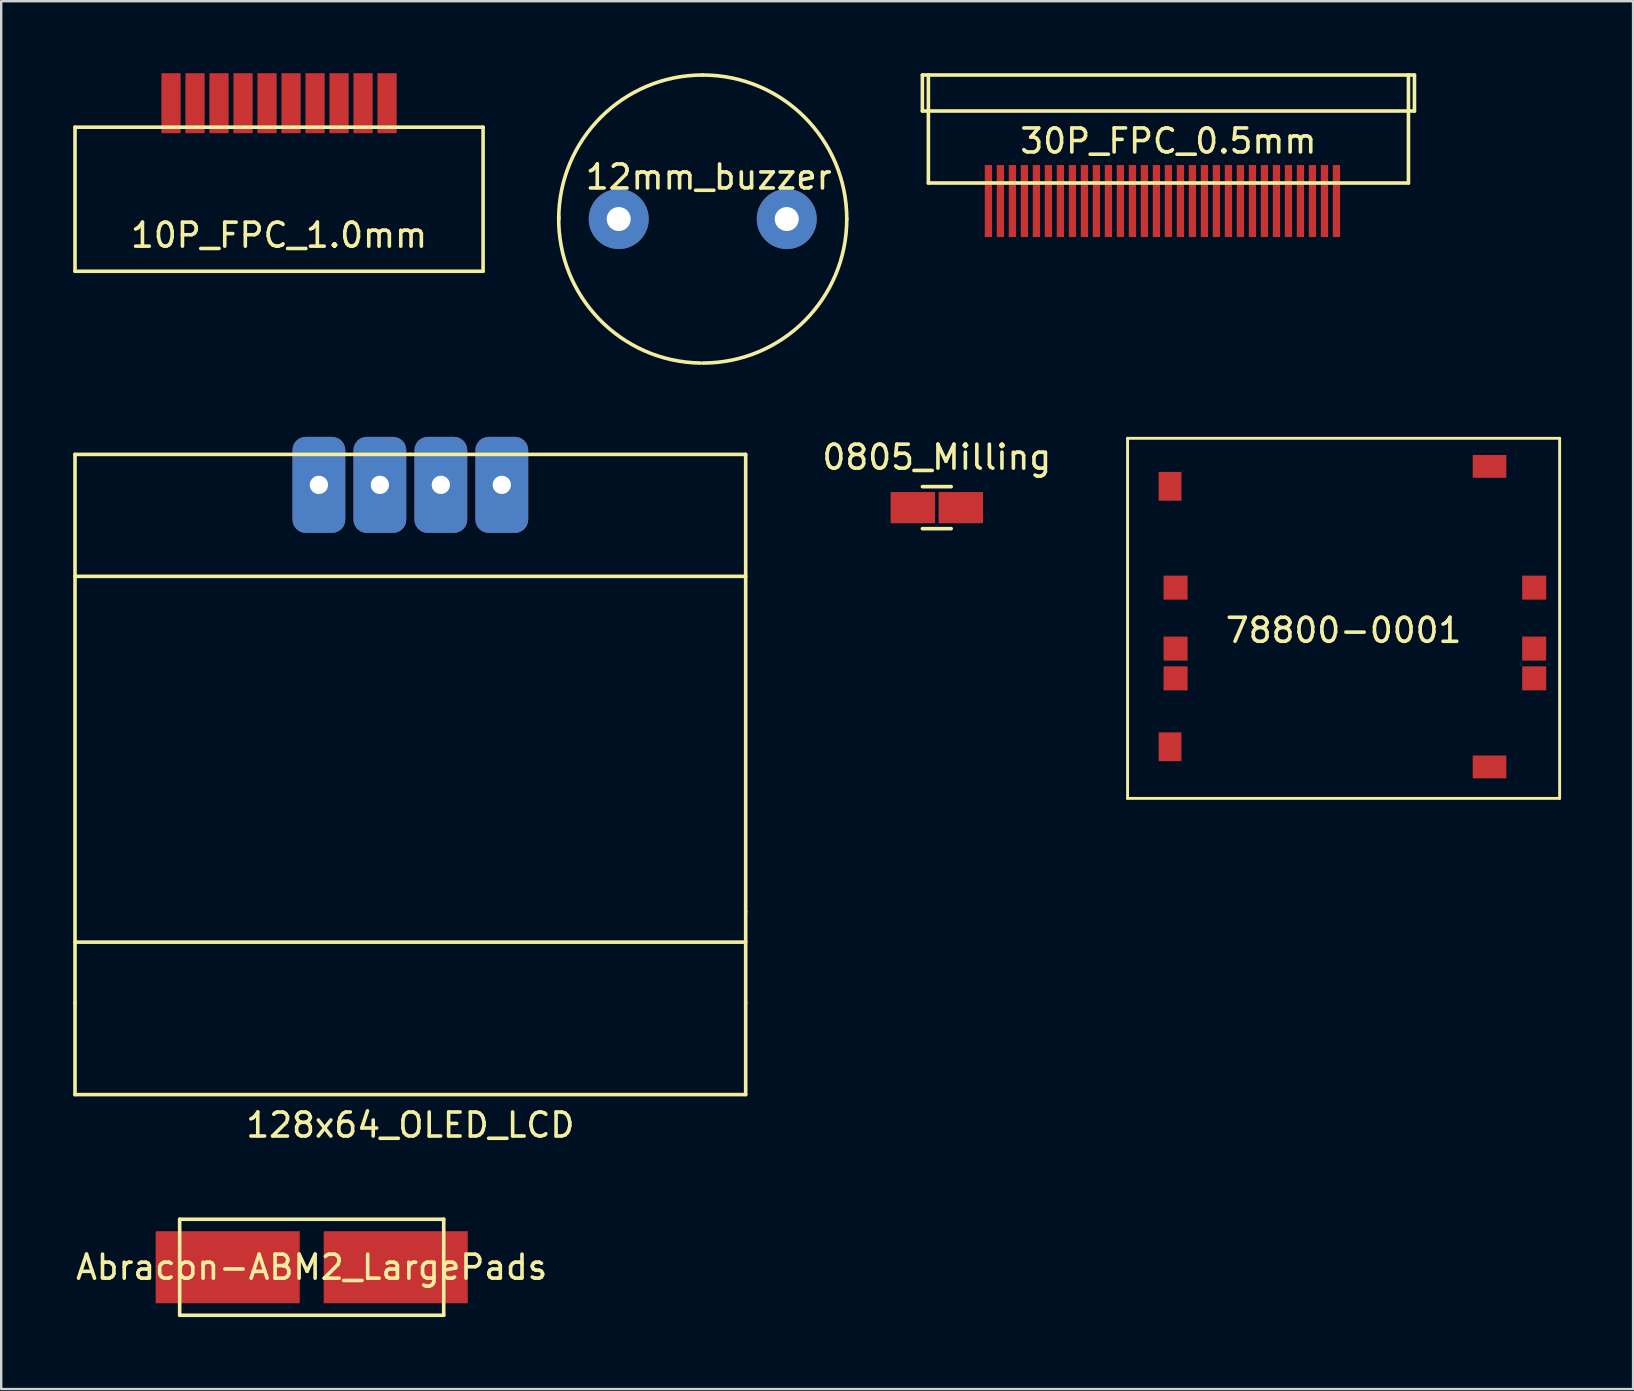
<source format=kicad_pcb>
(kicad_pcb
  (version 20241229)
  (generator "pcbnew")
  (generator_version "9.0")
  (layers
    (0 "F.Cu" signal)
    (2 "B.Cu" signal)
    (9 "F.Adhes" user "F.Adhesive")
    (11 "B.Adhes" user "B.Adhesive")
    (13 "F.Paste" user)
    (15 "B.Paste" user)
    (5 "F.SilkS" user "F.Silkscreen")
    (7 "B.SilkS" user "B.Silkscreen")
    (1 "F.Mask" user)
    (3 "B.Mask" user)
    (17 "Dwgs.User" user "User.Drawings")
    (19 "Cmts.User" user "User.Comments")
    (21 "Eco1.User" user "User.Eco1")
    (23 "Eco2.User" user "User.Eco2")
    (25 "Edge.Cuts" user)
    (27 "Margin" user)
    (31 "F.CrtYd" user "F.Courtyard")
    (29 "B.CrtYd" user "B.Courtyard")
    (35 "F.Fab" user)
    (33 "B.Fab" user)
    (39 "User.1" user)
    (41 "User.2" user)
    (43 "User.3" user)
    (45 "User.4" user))
  (footprint "Abracon-ABM2_LargePads"
    (layer "F.Cu")
    (at 9.935 49.743)
    (property "Reference" "Abracon-ABM2_LargePads" (at 0 0 0) (layer "F.SilkS") (effects (font (size 1 1) (thickness 0.15))))
    (attr through_hole)
    (fp_line (start -5.5 -2) (end 5.5 -2) (stroke (width 0.15) (type solid)) (layer "F.SilkS"))
    (fp_line (start -5.5 2) (end -5.5 -2) (stroke (width 0.15) (type solid)) (layer "F.SilkS"))
    (fp_line (start 5.5 -2) (end 5.5 2) (stroke (width 0.15) (type solid)) (layer "F.SilkS"))
    (fp_line (start 5.5 2) (end -5.5 2) (stroke (width 0.15) (type solid)) (layer "F.SilkS"))
    (pad "1" smd rect (at -3.5 0) (size 6 3) (layers "F.Cu" "F.Mask" "F.Paste"))
    (pad "2" smd rect (at 3.5 0) (size 6 3) (layers "F.Cu" "F.Mask" "F.Paste")))
  (footprint "12mm_buzzer"
    (layer "F.Cu")
    (at 26.226 6.075)
    (property "Reference" "12mm_buzzer" (at 0.249 -1.75 0) (layer "F.SilkS") (effects (font (size 1 1) (thickness 0.15))))
    (attr through_hole)
    (fp_arc (start -6 0) (mid -4.242641 -4.242641) (end 0 -6) (stroke (width 0.15) (type solid)) (layer "F.SilkS"))
    (fp_arc (start -0.1 6) (mid -4.313351 4.17193) (end -6 -0.1) (stroke (width 0.15) (type solid)) (layer "F.SilkS"))
    (fp_arc (start 0 -6) (mid 4.242641 -4.242641) (end 6 0) (stroke (width 0.15) (type solid)) (layer "F.SilkS"))
    (fp_arc (start 6 0) (mid 4.242641 4.242641) (end 0 6) (stroke (width 0.15) (type solid)) (layer "F.SilkS"))
    (pad "1" thru_hole circle (at -3.5 0) (size 2.499 2.499) (drill 1.001) (layers "*.Cu" "*.Mask"))
    (pad "2" thru_hole circle (at 3.5 0) (size 2.499 2.499) (drill 1.001) (layers "*.Cu" "*.Mask")))
  (footprint "0805_Milling"
    (layer "F.Cu")
    (at 35.977 18.098)
    (property "Reference" "0805_Milling" (at 0 -2.1 0) (layer "F.SilkS") (effects (font (size 1 1) (thickness 0.15))))
    (attr smd)
    (fp_line (start -0.6 -0.875) (end 0.6 -0.875) (stroke (width 0.15) (type solid)) (layer "F.SilkS"))
    (fp_line (start 0.6 0.875) (end -0.6 0.875) (stroke (width 0.15) (type solid)) (layer "F.SilkS"))
    (pad "1" smd rect (at -1 0) (size 1.85 1.3) (layers "F.Cu" "F.Mask" "F.Paste"))
    (pad "2" smd rect (at 1 0) (size 1.85 1.3) (layers "F.Cu" "F.Mask" "F.Paste")))
  (footprint "128x64_OLED_LCD"
    (layer "F.Cu")
    (at 14.045 24.77)
    (property "Reference" "128x64_OLED_LCD" (at 0 19.05 0) (layer "F.SilkS") (effects (font (size 1 1) (thickness 0.15))))
    (attr through_hole)
    (fp_line (start -13.97 -8.89) (end 0 -8.89) (stroke (width 0.15) (type solid)) (layer "F.SilkS"))
    (fp_line (start -13.97 -3.81) (end 13.97 -3.81) (stroke (width 0.15) (type solid)) (layer "F.SilkS"))
    (fp_line (start -13.97 11.43) (end 13.97 11.43) (stroke (width 0.15) (type solid)) (layer "F.SilkS"))
    (fp_line (start -13.97 13.97) (end -13.97 -8.89) (stroke (width 0.15) (type solid)) (layer "F.SilkS"))
    (fp_line (start -13.97 17.78) (end -13.97 13.97) (stroke (width 0.15) (type solid)) (layer "F.SilkS"))
    (fp_line (start 0 -8.89) (end 13.97 -8.89) (stroke (width 0.15) (type solid)) (layer "F.SilkS"))
    (fp_line (start 13.97 -8.89) (end 13.97 10.16) (stroke (width 0.15) (type solid)) (layer "F.SilkS"))
    (fp_line (start 13.97 10.16) (end 13.97 13.97) (stroke (width 0.15) (type solid)) (layer "F.SilkS"))
    (fp_line (start 13.97 13.97) (end 13.97 17.78) (stroke (width 0.15) (type solid)) (layer "F.SilkS"))
    (fp_line (start 13.97 17.78) (end -13.97 17.78) (stroke (width 0.15) (type solid)) (layer "F.SilkS"))
    (pad "1" thru_hole roundrect (at -3.81 -7.62) (size 2.2 4) (drill 0.762) (layers "*.Cu" "*.Mask") (roundrect_rratio 0.25))
    (pad "2" thru_hole roundrect (at -1.27 -7.62) (size 2.2 4) (drill 0.762) (layers "*.Cu" "*.Mask") (roundrect_rratio 0.25))
    (pad "3" thru_hole roundrect (at 1.27 -7.62) (size 2.2 4) (drill 0.762) (layers "*.Cu" "*.Mask") (roundrect_rratio 0.25))
    (pad "4" thru_hole roundrect (at 3.81 -7.62) (size 2.2 4) (drill 0.762) (layers "*.Cu" "*.Mask") (roundrect_rratio 0.25)))
  (footprint "78800-0001"
    (layer "F.Cu")
    (at 52.924 22.21)
    (property "Reference" "78800-0001" (at 0 1 0) (layer "F.SilkS") (effects (font (size 1 1) (thickness 0.15))))
    (attr through_hole)
    (fp_line (start -9 -7) (end -9 8) (stroke (width 0.12) (type solid)) (layer "F.SilkS"))
    (fp_line (start -9 8) (end 9 8) (stroke (width 0.12) (type solid)) (layer "F.SilkS"))
    (fp_line (start 9 -7) (end -9 -7) (stroke (width 0.12) (type solid)) (layer "F.SilkS"))
    (fp_line (start 9 8) (end 9 -7) (stroke (width 0.12) (type solid)) (layer "F.SilkS"))
    (pad "" smd rect (at -7.23 -5) (size 0.95 1.2) (layers "F.Cu" "F.Mask" "F.Paste"))
    (pad "" smd rect (at -7.23 5.85) (size 0.95 1.2) (layers "F.Cu" "F.Mask" "F.Paste"))
    (pad "" smd rect (at 6.08 -5.83) (size 1.4 0.95) (layers "F.Cu" "F.Mask" "F.Paste"))
    (pad "" smd rect (at 6.08 6.69) (size 1.4 0.95) (layers "F.Cu" "F.Mask" "F.Paste"))
    (pad "1" smd rect (at -7 3) (size 1 1) (layers "F.Cu" "F.Mask" "F.Paste"))
    (pad "2" smd rect (at -7 1.76) (size 1 1) (layers "F.Cu" "F.Mask" "F.Paste"))
    (pad "3" smd rect (at -7 -0.78) (size 1 1) (layers "F.Cu" "F.Mask" "F.Paste"))
    (pad "5" smd rect (at 7.94 3) (size 1 1) (layers "F.Cu" "F.Mask" "F.Paste"))
    (pad "6" smd rect (at 7.94 1.76) (size 1 1) (layers "F.Cu" "F.Mask" "F.Paste"))
    (pad "7" smd rect (at 7.94 -0.78) (size 1 1) (layers "F.Cu" "F.Mask" "F.Paste")))
  (footprint "30P_FPC_0.5mm"
    (layer "F.Cu")
    (at 45.626 5.325)
    (property "Reference" "30P_FPC_0.5mm" (at 0 -2.5 0) (layer "F.SilkS") (effects (font (size 1 1) (thickness 0.15))))
    (attr through_hole)
    (fp_line (start -10.25 -5.25) (end -10.25 -3.75) (stroke (width 0.15) (type solid)) (layer "F.SilkS"))
    (fp_line (start -10.25 -3.75) (end -10 -3.75) (stroke (width 0.15) (type solid)) (layer "F.SilkS"))
    (fp_line (start -10 -5.25) (end -10.25 -5.25) (stroke (width 0.15) (type solid)) (layer "F.SilkS"))
    (fp_line (start -10 -5.25) (end -10 -0.75) (stroke (width 0.15) (type solid)) (layer "F.SilkS"))
    (fp_line (start -10 -3.75) (end 10 -3.75) (stroke (width 0.15) (type solid)) (layer "F.SilkS"))
    (fp_line (start -10 -0.75) (end 10 -0.75) (stroke (width 0.15) (type solid)) (layer "F.SilkS"))
    (fp_line (start 10 -5.25) (end -10 -5.25) (stroke (width 0.15) (type solid)) (layer "F.SilkS"))
    (fp_line (start 10 -5.25) (end 10.25 -5.25) (stroke (width 0.15) (type solid)) (layer "F.SilkS"))
    (fp_line (start 10 -0.75) (end 10 -5.25) (stroke (width 0.15) (type solid)) (layer "F.SilkS"))
    (fp_line (start 10.25 -5.25) (end 10.25 -3.75) (stroke (width 0.15) (type solid)) (layer "F.SilkS"))
    (fp_line (start 10.25 -3.75) (end 10 -3.75) (stroke (width 0.15) (type solid)) (layer "F.SilkS"))
    (pad "1" smd rect (at -7.5 0) (size 0.3 3) (layers "F.Cu" "F.Mask" "F.Paste"))
    (pad "2" smd rect (at -7 0) (size 0.3 3) (layers "F.Cu" "F.Mask" "F.Paste"))
    (pad "3" smd rect (at -6.5 0) (size 0.3 3) (layers "F.Cu" "F.Mask" "F.Paste"))
    (pad "4" smd rect (at -6 0) (size 0.3 3) (layers "F.Cu" "F.Mask" "F.Paste"))
    (pad "5" smd rect (at -5.5 0) (size 0.3 3) (layers "F.Cu" "F.Mask" "F.Paste"))
    (pad "6" smd rect (at -5 0) (size 0.3 3) (layers "F.Cu" "F.Mask" "F.Paste"))
    (pad "7" smd rect (at -4.5 0) (size 0.3 3) (layers "F.Cu" "F.Mask" "F.Paste"))
    (pad "8" smd rect (at -4 0) (size 0.3 3) (layers "F.Cu" "F.Mask" "F.Paste"))
    (pad "9" smd rect (at -3.5 0) (size 0.3 3) (layers "F.Cu" "F.Mask" "F.Paste"))
    (pad "10" smd rect (at -3 0) (size 0.3 3) (layers "F.Cu" "F.Mask" "F.Paste"))
    (pad "11" smd rect (at -2.5 0) (size 0.3 3) (layers "F.Cu" "F.Mask" "F.Paste"))
    (pad "12" smd rect (at -2 0) (size 0.3 3) (layers "F.Cu" "F.Mask" "F.Paste"))
    (pad "13" smd rect (at -1.5 0) (size 0.3 3) (layers "F.Cu" "F.Mask" "F.Paste"))
    (pad "14" smd rect (at -1 0) (size 0.3 3) (layers "F.Cu" "F.Mask" "F.Paste"))
    (pad "15" smd rect (at -0.5 0) (size 0.3 3) (layers "F.Cu" "F.Mask" "F.Paste"))
    (pad "16" smd rect (at 0 0) (size 0.3 3) (layers "F.Cu" "F.Mask" "F.Paste"))
    (pad "17" smd rect (at 0.5 0) (size 0.3 3) (layers "F.Cu" "F.Mask" "F.Paste"))
    (pad "18" smd rect (at 1 0) (size 0.3 3) (layers "F.Cu" "F.Mask" "F.Paste"))
    (pad "19" smd rect (at 1.5 0) (size 0.3 3) (layers "F.Cu" "F.Mask" "F.Paste"))
    (pad "20" smd rect (at 2 0) (size 0.3 3) (layers "F.Cu" "F.Mask" "F.Paste"))
    (pad "21" smd rect (at 2.5 0) (size 0.3 3) (layers "F.Cu" "F.Mask" "F.Paste"))
    (pad "22" smd rect (at 3 0) (size 0.3 3) (layers "F.Cu" "F.Mask" "F.Paste"))
    (pad "23" smd rect (at 3.5 0) (size 0.3 3) (layers "F.Cu" "F.Mask" "F.Paste"))
    (pad "24" smd rect (at 4 0) (size 0.3 3) (layers "F.Cu" "F.Mask" "F.Paste"))
    (pad "25" smd rect (at 4.5 0) (size 0.3 3) (layers "F.Cu" "F.Mask" "F.Paste"))
    (pad "26" smd rect (at 5 0) (size 0.3 3) (layers "F.Cu" "F.Mask" "F.Paste"))
    (pad "27" smd rect (at 5.5 0) (size 0.3 3) (layers "F.Cu" "F.Mask" "F.Paste"))
    (pad "28" smd rect (at 6 0) (size 0.3 3) (layers "F.Cu" "F.Mask" "F.Paste"))
    (pad "29" smd rect (at 6.5 0) (size 0.3 3) (layers "F.Cu" "F.Mask" "F.Paste"))
    (pad "30" smd rect (at 7 0) (size 0.3 3) (layers "F.Cu" "F.Mask" "F.Paste")))
  (footprint "10P_FPC_1.0mm"
    (layer "F.Cu")
    (at 8.575 1.25)
    (property "Reference" "10P_FPC_1.0mm" (at 0 5.5 0) (layer "F.SilkS") (effects (font (size 1 1) (thickness 0.15))))
    (attr through_hole)
    (fp_line (start -8.5 1) (end 8.5 1) (stroke (width 0.15) (type solid)) (layer "F.SilkS"))
    (fp_line (start -8.5 7) (end -8.5 1) (stroke (width 0.15) (type solid)) (layer "F.SilkS"))
    (fp_line (start 8.5 1) (end 8.5 7) (stroke (width 0.15) (type solid)) (layer "F.SilkS"))
    (fp_line (start 8.5 7) (end -8.5 7) (stroke (width 0.15) (type solid)) (layer "F.SilkS"))
    (pad "1" smd rect (at 4.5 0) (size 0.8 2.5) (layers "F.Cu" "F.Mask" "F.Paste"))
    (pad "2" smd rect (at 3.5 0) (size 0.8 2.5) (layers "F.Cu" "F.Mask" "F.Paste"))
    (pad "3" smd rect (at 2.5 0) (size 0.8 2.5) (layers "F.Cu" "F.Mask" "F.Paste"))
    (pad "4" smd rect (at 1.5 0) (size 0.8 2.5) (layers "F.Cu" "F.Mask" "F.Paste"))
    (pad "5" smd rect (at 0.5 0) (size 0.8 2.5) (layers "F.Cu" "F.Mask" "F.Paste"))
    (pad "6" smd rect (at -0.5 0) (size 0.8 2.5) (layers "F.Cu" "F.Mask" "F.Paste"))
    (pad "7" smd rect (at -1.5 0) (size 0.8 2.5) (layers "F.Cu" "F.Mask" "F.Paste"))
    (pad "8" smd rect (at -2.5 0) (size 0.8 2.5) (layers "F.Cu" "F.Mask" "F.Paste"))
    (pad "9" smd rect (at -3.5 0) (size 0.8 2.5) (layers "F.Cu" "F.Mask" "F.Paste"))
    (pad "10" smd rect (at -4.5 0) (size 0.8 2.5) (layers "F.Cu" "F.Mask" "F.Paste")))
  (gr_rect
    (start -3 -3)
    (end 64.984 54.818)
    (stroke (width 0.1) (type default))
    (fill no)
    (layer "Edge.Cuts")))
</source>
